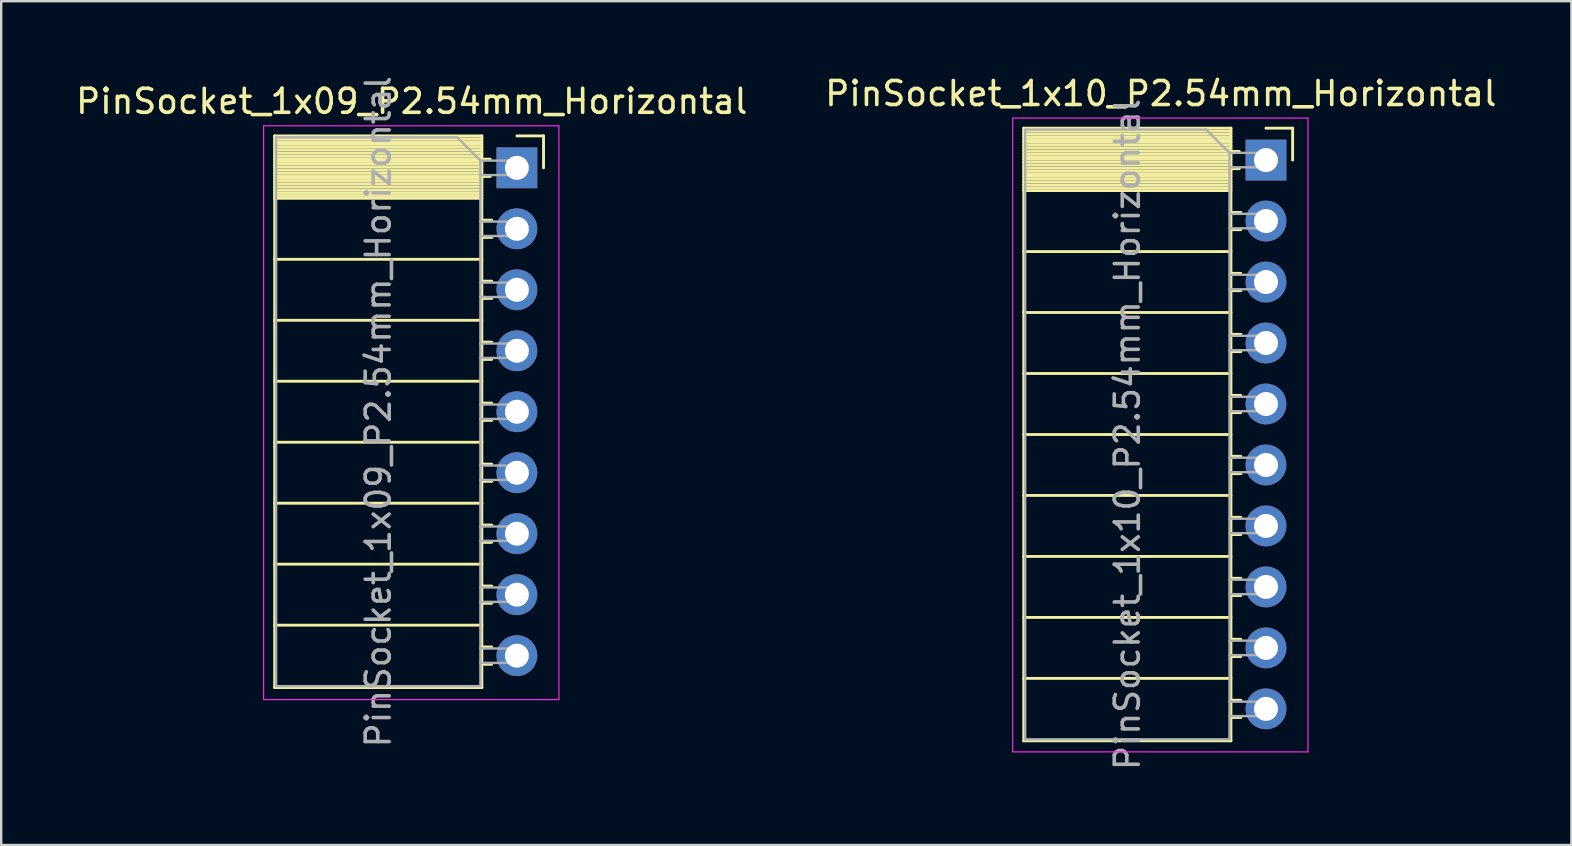
<source format=kicad_pcb>
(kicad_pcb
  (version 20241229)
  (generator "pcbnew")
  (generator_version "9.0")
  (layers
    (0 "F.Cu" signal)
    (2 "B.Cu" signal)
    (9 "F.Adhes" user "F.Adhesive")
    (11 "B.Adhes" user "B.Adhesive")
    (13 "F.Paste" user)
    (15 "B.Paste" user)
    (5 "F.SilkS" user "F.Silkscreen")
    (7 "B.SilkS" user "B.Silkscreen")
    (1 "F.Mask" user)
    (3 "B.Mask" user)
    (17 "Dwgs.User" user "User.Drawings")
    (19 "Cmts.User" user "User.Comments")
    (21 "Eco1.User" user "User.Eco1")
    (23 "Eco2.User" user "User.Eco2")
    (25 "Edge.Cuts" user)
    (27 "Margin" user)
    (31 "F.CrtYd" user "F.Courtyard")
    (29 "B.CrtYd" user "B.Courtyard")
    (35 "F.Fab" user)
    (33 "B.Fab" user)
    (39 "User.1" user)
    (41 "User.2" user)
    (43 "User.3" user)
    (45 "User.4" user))
  (footprint "PinSocket_1x09_P2.54mm_Horizontal"
    (layer "F.Cu")
    (at 18.481 3.941)
    (property "Reference" "PinSocket_1x09_P2.54mm_Horizontal" (at -4.38 -2.77 0) (layer "F.SilkS") (effects (font (size 1 1) (thickness 0.15))))
    (attr through_hole)
    (fp_line (start -10.09 -1.33) (end -10.09 21.65) (stroke (width 0.12) (type solid)) (layer "F.SilkS"))
    (fp_line (start -10.09 -1.33) (end -1.46 -1.33) (stroke (width 0.12) (type solid)) (layer "F.SilkS"))
    (fp_line (start -10.09 -1.21) (end -1.46 -1.21) (stroke (width 0.12) (type solid)) (layer "F.SilkS"))
    (fp_line (start -10.09 -1.092) (end -1.46 -1.092) (stroke (width 0.12) (type solid)) (layer "F.SilkS"))
    (fp_line (start -10.09 -0.974) (end -1.46 -0.974) (stroke (width 0.12) (type solid)) (layer "F.SilkS"))
    (fp_line (start -10.09 -0.856) (end -1.46 -0.856) (stroke (width 0.12) (type solid)) (layer "F.SilkS"))
    (fp_line (start -10.09 -0.738) (end -1.46 -0.738) (stroke (width 0.12) (type solid)) (layer "F.SilkS"))
    (fp_line (start -10.09 -0.62) (end -1.46 -0.62) (stroke (width 0.12) (type solid)) (layer "F.SilkS"))
    (fp_line (start -10.09 -0.501) (end -1.46 -0.501) (stroke (width 0.12) (type solid)) (layer "F.SilkS"))
    (fp_line (start -10.09 -0.383) (end -1.46 -0.383) (stroke (width 0.12) (type solid)) (layer "F.SilkS"))
    (fp_line (start -10.09 -0.265) (end -1.46 -0.265) (stroke (width 0.12) (type solid)) (layer "F.SilkS"))
    (fp_line (start -10.09 -0.147) (end -1.46 -0.147) (stroke (width 0.12) (type solid)) (layer "F.SilkS"))
    (fp_line (start -10.09 -0.029) (end -1.46 -0.029) (stroke (width 0.12) (type solid)) (layer "F.SilkS"))
    (fp_line (start -10.09 0.089) (end -1.46 0.089) (stroke (width 0.12) (type solid)) (layer "F.SilkS"))
    (fp_line (start -10.09 0.207) (end -1.46 0.207) (stroke (width 0.12) (type solid)) (layer "F.SilkS"))
    (fp_line (start -10.09 0.325) (end -1.46 0.325) (stroke (width 0.12) (type solid)) (layer "F.SilkS"))
    (fp_line (start -10.09 0.443) (end -1.46 0.443) (stroke (width 0.12) (type solid)) (layer "F.SilkS"))
    (fp_line (start -10.09 0.561) (end -1.46 0.561) (stroke (width 0.12) (type solid)) (layer "F.SilkS"))
    (fp_line (start -10.09 0.68) (end -1.46 0.68) (stroke (width 0.12) (type solid)) (layer "F.SilkS"))
    (fp_line (start -10.09 0.798) (end -1.46 0.798) (stroke (width 0.12) (type solid)) (layer "F.SilkS"))
    (fp_line (start -10.09 0.916) (end -1.46 0.916) (stroke (width 0.12) (type solid)) (layer "F.SilkS"))
    (fp_line (start -10.09 1.034) (end -1.46 1.034) (stroke (width 0.12) (type solid)) (layer "F.SilkS"))
    (fp_line (start -10.09 1.152) (end -1.46 1.152) (stroke (width 0.12) (type solid)) (layer "F.SilkS"))
    (fp_line (start -10.09 1.27) (end -1.46 1.27) (stroke (width 0.12) (type solid)) (layer "F.SilkS"))
    (fp_line (start -10.09 3.81) (end -1.46 3.81) (stroke (width 0.12) (type solid)) (layer "F.SilkS"))
    (fp_line (start -10.09 6.35) (end -1.46 6.35) (stroke (width 0.12) (type solid)) (layer "F.SilkS"))
    (fp_line (start -10.09 8.89) (end -1.46 8.89) (stroke (width 0.12) (type solid)) (layer "F.SilkS"))
    (fp_line (start -10.09 11.43) (end -1.46 11.43) (stroke (width 0.12) (type solid)) (layer "F.SilkS"))
    (fp_line (start -10.09 13.97) (end -1.46 13.97) (stroke (width 0.12) (type solid)) (layer "F.SilkS"))
    (fp_line (start -10.09 16.51) (end -1.46 16.51) (stroke (width 0.12) (type solid)) (layer "F.SilkS"))
    (fp_line (start -10.09 19.05) (end -1.46 19.05) (stroke (width 0.12) (type solid)) (layer "F.SilkS"))
    (fp_line (start -10.09 21.65) (end -1.46 21.65) (stroke (width 0.12) (type solid)) (layer "F.SilkS"))
    (fp_line (start -1.46 -1.33) (end -1.46 21.65) (stroke (width 0.12) (type solid)) (layer "F.SilkS"))
    (fp_line (start -1.46 -0.36) (end -1.11 -0.36) (stroke (width 0.12) (type solid)) (layer "F.SilkS"))
    (fp_line (start -1.46 0.36) (end -1.11 0.36) (stroke (width 0.12) (type solid)) (layer "F.SilkS"))
    (fp_line (start -1.46 2.18) (end -1.05 2.18) (stroke (width 0.12) (type solid)) (layer "F.SilkS"))
    (fp_line (start -1.46 2.9) (end -1.05 2.9) (stroke (width 0.12) (type solid)) (layer "F.SilkS"))
    (fp_line (start -1.46 4.72) (end -1.05 4.72) (stroke (width 0.12) (type solid)) (layer "F.SilkS"))
    (fp_line (start -1.46 5.44) (end -1.05 5.44) (stroke (width 0.12) (type solid)) (layer "F.SilkS"))
    (fp_line (start -1.46 7.26) (end -1.05 7.26) (stroke (width 0.12) (type solid)) (layer "F.SilkS"))
    (fp_line (start -1.46 7.98) (end -1.05 7.98) (stroke (width 0.12) (type solid)) (layer "F.SilkS"))
    (fp_line (start -1.46 9.8) (end -1.05 9.8) (stroke (width 0.12) (type solid)) (layer "F.SilkS"))
    (fp_line (start -1.46 10.52) (end -1.05 10.52) (stroke (width 0.12) (type solid)) (layer "F.SilkS"))
    (fp_line (start -1.46 12.34) (end -1.05 12.34) (stroke (width 0.12) (type solid)) (layer "F.SilkS"))
    (fp_line (start -1.46 13.06) (end -1.05 13.06) (stroke (width 0.12) (type solid)) (layer "F.SilkS"))
    (fp_line (start -1.46 14.88) (end -1.05 14.88) (stroke (width 0.12) (type solid)) (layer "F.SilkS"))
    (fp_line (start -1.46 15.6) (end -1.05 15.6) (stroke (width 0.12) (type solid)) (layer "F.SilkS"))
    (fp_line (start -1.46 17.42) (end -1.05 17.42) (stroke (width 0.12) (type solid)) (layer "F.SilkS"))
    (fp_line (start -1.46 18.14) (end -1.05 18.14) (stroke (width 0.12) (type solid)) (layer "F.SilkS"))
    (fp_line (start -1.46 19.96) (end -1.05 19.96) (stroke (width 0.12) (type solid)) (layer "F.SilkS"))
    (fp_line (start -1.46 20.68) (end -1.05 20.68) (stroke (width 0.12) (type solid)) (layer "F.SilkS"))
    (fp_line (start 0 -1.33) (end 1.11 -1.33) (stroke (width 0.12) (type solid)) (layer "F.SilkS"))
    (fp_line (start 1.11 -1.33) (end 1.11 0) (stroke (width 0.12) (type solid)) (layer "F.SilkS"))
    (fp_line (start -10.55 -1.75) (end -10.55 22.15) (stroke (width 0.05) (type solid)) (layer "F.CrtYd"))
    (fp_line (start -10.55 22.15) (end 1.75 22.15) (stroke (width 0.05) (type solid)) (layer "F.CrtYd"))
    (fp_line (start 1.75 -1.75) (end -10.55 -1.75) (stroke (width 0.05) (type solid)) (layer "F.CrtYd"))
    (fp_line (start 1.75 22.15) (end 1.75 -1.75) (stroke (width 0.05) (type solid)) (layer "F.CrtYd"))
    (fp_line (start -10.03 -1.27) (end -2.49 -1.27) (stroke (width 0.1) (type solid)) (layer "F.Fab"))
    (fp_line (start -10.03 21.59) (end -10.03 -1.27) (stroke (width 0.1) (type solid)) (layer "F.Fab"))
    (fp_line (start -2.49 -1.27) (end -1.52 -0.3) (stroke (width 0.1) (type solid)) (layer "F.Fab"))
    (fp_line (start -1.52 -0.3) (end -1.52 21.59) (stroke (width 0.1) (type solid)) (layer "F.Fab"))
    (fp_line (start -1.52 0.3) (end 0 0.3) (stroke (width 0.1) (type solid)) (layer "F.Fab"))
    (fp_line (start -1.52 2.84) (end 0 2.84) (stroke (width 0.1) (type solid)) (layer "F.Fab"))
    (fp_line (start -1.52 5.38) (end 0 5.38) (stroke (width 0.1) (type solid)) (layer "F.Fab"))
    (fp_line (start -1.52 7.92) (end 0 7.92) (stroke (width 0.1) (type solid)) (layer "F.Fab"))
    (fp_line (start -1.52 10.46) (end 0 10.46) (stroke (width 0.1) (type solid)) (layer "F.Fab"))
    (fp_line (start -1.52 13) (end 0 13) (stroke (width 0.1) (type solid)) (layer "F.Fab"))
    (fp_line (start -1.52 15.54) (end 0 15.54) (stroke (width 0.1) (type solid)) (layer "F.Fab"))
    (fp_line (start -1.52 18.08) (end 0 18.08) (stroke (width 0.1) (type solid)) (layer "F.Fab"))
    (fp_line (start -1.52 20.62) (end 0 20.62) (stroke (width 0.1) (type solid)) (layer "F.Fab"))
    (fp_line (start -1.52 21.59) (end -10.03 21.59) (stroke (width 0.1) (type solid)) (layer "F.Fab"))
    (fp_line (start 0 -0.3) (end -1.52 -0.3) (stroke (width 0.1) (type solid)) (layer "F.Fab"))
    (fp_line (start 0 0.3) (end 0 -0.3) (stroke (width 0.1) (type solid)) (layer "F.Fab"))
    (fp_line (start 0 2.24) (end -1.52 2.24) (stroke (width 0.1) (type solid)) (layer "F.Fab"))
    (fp_line (start 0 2.84) (end 0 2.24) (stroke (width 0.1) (type solid)) (layer "F.Fab"))
    (fp_line (start 0 4.78) (end -1.52 4.78) (stroke (width 0.1) (type solid)) (layer "F.Fab"))
    (fp_line (start 0 5.38) (end 0 4.78) (stroke (width 0.1) (type solid)) (layer "F.Fab"))
    (fp_line (start 0 7.32) (end -1.52 7.32) (stroke (width 0.1) (type solid)) (layer "F.Fab"))
    (fp_line (start 0 7.92) (end 0 7.32) (stroke (width 0.1) (type solid)) (layer "F.Fab"))
    (fp_line (start 0 9.86) (end -1.52 9.86) (stroke (width 0.1) (type solid)) (layer "F.Fab"))
    (fp_line (start 0 10.46) (end 0 9.86) (stroke (width 0.1) (type solid)) (layer "F.Fab"))
    (fp_line (start 0 12.4) (end -1.52 12.4) (stroke (width 0.1) (type solid)) (layer "F.Fab"))
    (fp_line (start 0 13) (end 0 12.4) (stroke (width 0.1) (type solid)) (layer "F.Fab"))
    (fp_line (start 0 14.94) (end -1.52 14.94) (stroke (width 0.1) (type solid)) (layer "F.Fab"))
    (fp_line (start 0 15.54) (end 0 14.94) (stroke (width 0.1) (type solid)) (layer "F.Fab"))
    (fp_line (start 0 17.48) (end -1.52 17.48) (stroke (width 0.1) (type solid)) (layer "F.Fab"))
    (fp_line (start 0 18.08) (end 0 17.48) (stroke (width 0.1) (type solid)) (layer "F.Fab"))
    (fp_line (start 0 20.02) (end -1.52 20.02) (stroke (width 0.1) (type solid)) (layer "F.Fab"))
    (fp_line (start 0 20.62) (end 0 20.02) (stroke (width 0.1) (type solid)) (layer "F.Fab"))
    (fp_text user "${REFERENCE}" (at -5.775 10.16 90) (layer "F.Fab") (effects (font (size 1 1) (thickness 0.15))))
    (pad "1" thru_hole rect (at 0 0) (size 1.7 1.7) (drill 1) (layers "*.Cu" "*.Mask"))
    (pad "2" thru_hole oval (at 0 2.54) (size 1.7 1.7) (drill 1) (layers "*.Cu" "*.Mask"))
    (pad "3" thru_hole oval (at 0 5.08) (size 1.7 1.7) (drill 1) (layers "*.Cu" "*.Mask"))
    (pad "4" thru_hole oval (at 0 7.62) (size 1.7 1.7) (drill 1) (layers "*.Cu" "*.Mask"))
    (pad "5" thru_hole oval (at 0 10.16) (size 1.7 1.7) (drill 1) (layers "*.Cu" "*.Mask"))
    (pad "6" thru_hole oval (at 0 12.7) (size 1.7 1.7) (drill 1) (layers "*.Cu" "*.Mask"))
    (pad "7" thru_hole oval (at 0 15.24) (size 1.7 1.7) (drill 1) (layers "*.Cu" "*.Mask"))
    (pad "8" thru_hole oval (at 0 17.78) (size 1.7 1.7) (drill 1) (layers "*.Cu" "*.Mask"))
    (pad "9" thru_hole oval (at 0 20.32) (size 1.7 1.7) (drill 1) (layers "*.Cu" "*.Mask")))
  (footprint "PinSocket_1x10_P2.54mm_Horizontal"
    (layer "F.Cu")
    (at 49.684 3.618)
    (property "Reference" "PinSocket_1x10_P2.54mm_Horizontal" (at -4.38 -2.77 0) (layer "F.SilkS") (effects (font (size 1 1) (thickness 0.15))))
    (attr through_hole)
    (fp_line (start -10.09 -1.33) (end -10.09 24.19) (stroke (width 0.12) (type solid)) (layer "F.SilkS"))
    (fp_line (start -10.09 -1.33) (end -1.46 -1.33) (stroke (width 0.12) (type solid)) (layer "F.SilkS"))
    (fp_line (start -10.09 -1.21) (end -1.46 -1.21) (stroke (width 0.12) (type solid)) (layer "F.SilkS"))
    (fp_line (start -10.09 -1.092) (end -1.46 -1.092) (stroke (width 0.12) (type solid)) (layer "F.SilkS"))
    (fp_line (start -10.09 -0.974) (end -1.46 -0.974) (stroke (width 0.12) (type solid)) (layer "F.SilkS"))
    (fp_line (start -10.09 -0.856) (end -1.46 -0.856) (stroke (width 0.12) (type solid)) (layer "F.SilkS"))
    (fp_line (start -10.09 -0.738) (end -1.46 -0.738) (stroke (width 0.12) (type solid)) (layer "F.SilkS"))
    (fp_line (start -10.09 -0.62) (end -1.46 -0.62) (stroke (width 0.12) (type solid)) (layer "F.SilkS"))
    (fp_line (start -10.09 -0.501) (end -1.46 -0.501) (stroke (width 0.12) (type solid)) (layer "F.SilkS"))
    (fp_line (start -10.09 -0.383) (end -1.46 -0.383) (stroke (width 0.12) (type solid)) (layer "F.SilkS"))
    (fp_line (start -10.09 -0.265) (end -1.46 -0.265) (stroke (width 0.12) (type solid)) (layer "F.SilkS"))
    (fp_line (start -10.09 -0.147) (end -1.46 -0.147) (stroke (width 0.12) (type solid)) (layer "F.SilkS"))
    (fp_line (start -10.09 -0.029) (end -1.46 -0.029) (stroke (width 0.12) (type solid)) (layer "F.SilkS"))
    (fp_line (start -10.09 0.089) (end -1.46 0.089) (stroke (width 0.12) (type solid)) (layer "F.SilkS"))
    (fp_line (start -10.09 0.207) (end -1.46 0.207) (stroke (width 0.12) (type solid)) (layer "F.SilkS"))
    (fp_line (start -10.09 0.325) (end -1.46 0.325) (stroke (width 0.12) (type solid)) (layer "F.SilkS"))
    (fp_line (start -10.09 0.443) (end -1.46 0.443) (stroke (width 0.12) (type solid)) (layer "F.SilkS"))
    (fp_line (start -10.09 0.561) (end -1.46 0.561) (stroke (width 0.12) (type solid)) (layer "F.SilkS"))
    (fp_line (start -10.09 0.68) (end -1.46 0.68) (stroke (width 0.12) (type solid)) (layer "F.SilkS"))
    (fp_line (start -10.09 0.798) (end -1.46 0.798) (stroke (width 0.12) (type solid)) (layer "F.SilkS"))
    (fp_line (start -10.09 0.916) (end -1.46 0.916) (stroke (width 0.12) (type solid)) (layer "F.SilkS"))
    (fp_line (start -10.09 1.034) (end -1.46 1.034) (stroke (width 0.12) (type solid)) (layer "F.SilkS"))
    (fp_line (start -10.09 1.152) (end -1.46 1.152) (stroke (width 0.12) (type solid)) (layer "F.SilkS"))
    (fp_line (start -10.09 1.27) (end -1.46 1.27) (stroke (width 0.12) (type solid)) (layer "F.SilkS"))
    (fp_line (start -10.09 3.81) (end -1.46 3.81) (stroke (width 0.12) (type solid)) (layer "F.SilkS"))
    (fp_line (start -10.09 6.35) (end -1.46 6.35) (stroke (width 0.12) (type solid)) (layer "F.SilkS"))
    (fp_line (start -10.09 8.89) (end -1.46 8.89) (stroke (width 0.12) (type solid)) (layer "F.SilkS"))
    (fp_line (start -10.09 11.43) (end -1.46 11.43) (stroke (width 0.12) (type solid)) (layer "F.SilkS"))
    (fp_line (start -10.09 13.97) (end -1.46 13.97) (stroke (width 0.12) (type solid)) (layer "F.SilkS"))
    (fp_line (start -10.09 16.51) (end -1.46 16.51) (stroke (width 0.12) (type solid)) (layer "F.SilkS"))
    (fp_line (start -10.09 19.05) (end -1.46 19.05) (stroke (width 0.12) (type solid)) (layer "F.SilkS"))
    (fp_line (start -10.09 21.59) (end -1.46 21.59) (stroke (width 0.12) (type solid)) (layer "F.SilkS"))
    (fp_line (start -10.09 24.19) (end -1.46 24.19) (stroke (width 0.12) (type solid)) (layer "F.SilkS"))
    (fp_line (start -1.46 -1.33) (end -1.46 24.19) (stroke (width 0.12) (type solid)) (layer "F.SilkS"))
    (fp_line (start -1.46 -0.36) (end -1.11 -0.36) (stroke (width 0.12) (type solid)) (layer "F.SilkS"))
    (fp_line (start -1.46 0.36) (end -1.11 0.36) (stroke (width 0.12) (type solid)) (layer "F.SilkS"))
    (fp_line (start -1.46 2.18) (end -1.05 2.18) (stroke (width 0.12) (type solid)) (layer "F.SilkS"))
    (fp_line (start -1.46 2.9) (end -1.05 2.9) (stroke (width 0.12) (type solid)) (layer "F.SilkS"))
    (fp_line (start -1.46 4.72) (end -1.05 4.72) (stroke (width 0.12) (type solid)) (layer "F.SilkS"))
    (fp_line (start -1.46 5.44) (end -1.05 5.44) (stroke (width 0.12) (type solid)) (layer "F.SilkS"))
    (fp_line (start -1.46 7.26) (end -1.05 7.26) (stroke (width 0.12) (type solid)) (layer "F.SilkS"))
    (fp_line (start -1.46 7.98) (end -1.05 7.98) (stroke (width 0.12) (type solid)) (layer "F.SilkS"))
    (fp_line (start -1.46 9.8) (end -1.05 9.8) (stroke (width 0.12) (type solid)) (layer "F.SilkS"))
    (fp_line (start -1.46 10.52) (end -1.05 10.52) (stroke (width 0.12) (type solid)) (layer "F.SilkS"))
    (fp_line (start -1.46 12.34) (end -1.05 12.34) (stroke (width 0.12) (type solid)) (layer "F.SilkS"))
    (fp_line (start -1.46 13.06) (end -1.05 13.06) (stroke (width 0.12) (type solid)) (layer "F.SilkS"))
    (fp_line (start -1.46 14.88) (end -1.05 14.88) (stroke (width 0.12) (type solid)) (layer "F.SilkS"))
    (fp_line (start -1.46 15.6) (end -1.05 15.6) (stroke (width 0.12) (type solid)) (layer "F.SilkS"))
    (fp_line (start -1.46 17.42) (end -1.05 17.42) (stroke (width 0.12) (type solid)) (layer "F.SilkS"))
    (fp_line (start -1.46 18.14) (end -1.05 18.14) (stroke (width 0.12) (type solid)) (layer "F.SilkS"))
    (fp_line (start -1.46 19.96) (end -1.05 19.96) (stroke (width 0.12) (type solid)) (layer "F.SilkS"))
    (fp_line (start -1.46 20.68) (end -1.05 20.68) (stroke (width 0.12) (type solid)) (layer "F.SilkS"))
    (fp_line (start -1.46 22.5) (end -1.05 22.5) (stroke (width 0.12) (type solid)) (layer "F.SilkS"))
    (fp_line (start -1.46 23.22) (end -1.05 23.22) (stroke (width 0.12) (type solid)) (layer "F.SilkS"))
    (fp_line (start 0 -1.33) (end 1.11 -1.33) (stroke (width 0.12) (type solid)) (layer "F.SilkS"))
    (fp_line (start 1.11 -1.33) (end 1.11 0) (stroke (width 0.12) (type solid)) (layer "F.SilkS"))
    (fp_line (start -10.55 -1.75) (end -10.55 24.65) (stroke (width 0.05) (type solid)) (layer "F.CrtYd"))
    (fp_line (start -10.55 24.65) (end 1.75 24.65) (stroke (width 0.05) (type solid)) (layer "F.CrtYd"))
    (fp_line (start 1.75 -1.75) (end -10.55 -1.75) (stroke (width 0.05) (type solid)) (layer "F.CrtYd"))
    (fp_line (start 1.75 24.65) (end 1.75 -1.75) (stroke (width 0.05) (type solid)) (layer "F.CrtYd"))
    (fp_line (start -10.03 -1.27) (end -2.49 -1.27) (stroke (width 0.1) (type solid)) (layer "F.Fab"))
    (fp_line (start -10.03 24.13) (end -10.03 -1.27) (stroke (width 0.1) (type solid)) (layer "F.Fab"))
    (fp_line (start -2.49 -1.27) (end -1.52 -0.3) (stroke (width 0.1) (type solid)) (layer "F.Fab"))
    (fp_line (start -1.52 -0.3) (end -1.52 24.13) (stroke (width 0.1) (type solid)) (layer "F.Fab"))
    (fp_line (start -1.52 0.3) (end 0 0.3) (stroke (width 0.1) (type solid)) (layer "F.Fab"))
    (fp_line (start -1.52 2.84) (end 0 2.84) (stroke (width 0.1) (type solid)) (layer "F.Fab"))
    (fp_line (start -1.52 5.38) (end 0 5.38) (stroke (width 0.1) (type solid)) (layer "F.Fab"))
    (fp_line (start -1.52 7.92) (end 0 7.92) (stroke (width 0.1) (type solid)) (layer "F.Fab"))
    (fp_line (start -1.52 10.46) (end 0 10.46) (stroke (width 0.1) (type solid)) (layer "F.Fab"))
    (fp_line (start -1.52 13) (end 0 13) (stroke (width 0.1) (type solid)) (layer "F.Fab"))
    (fp_line (start -1.52 15.54) (end 0 15.54) (stroke (width 0.1) (type solid)) (layer "F.Fab"))
    (fp_line (start -1.52 18.08) (end 0 18.08) (stroke (width 0.1) (type solid)) (layer "F.Fab"))
    (fp_line (start -1.52 20.62) (end 0 20.62) (stroke (width 0.1) (type solid)) (layer "F.Fab"))
    (fp_line (start -1.52 23.16) (end 0 23.16) (stroke (width 0.1) (type solid)) (layer "F.Fab"))
    (fp_line (start -1.52 24.13) (end -10.03 24.13) (stroke (width 0.1) (type solid)) (layer "F.Fab"))
    (fp_line (start 0 -0.3) (end -1.52 -0.3) (stroke (width 0.1) (type solid)) (layer "F.Fab"))
    (fp_line (start 0 0.3) (end 0 -0.3) (stroke (width 0.1) (type solid)) (layer "F.Fab"))
    (fp_line (start 0 2.24) (end -1.52 2.24) (stroke (width 0.1) (type solid)) (layer "F.Fab"))
    (fp_line (start 0 2.84) (end 0 2.24) (stroke (width 0.1) (type solid)) (layer "F.Fab"))
    (fp_line (start 0 4.78) (end -1.52 4.78) (stroke (width 0.1) (type solid)) (layer "F.Fab"))
    (fp_line (start 0 5.38) (end 0 4.78) (stroke (width 0.1) (type solid)) (layer "F.Fab"))
    (fp_line (start 0 7.32) (end -1.52 7.32) (stroke (width 0.1) (type solid)) (layer "F.Fab"))
    (fp_line (start 0 7.92) (end 0 7.32) (stroke (width 0.1) (type solid)) (layer "F.Fab"))
    (fp_line (start 0 9.86) (end -1.52 9.86) (stroke (width 0.1) (type solid)) (layer "F.Fab"))
    (fp_line (start 0 10.46) (end 0 9.86) (stroke (width 0.1) (type solid)) (layer "F.Fab"))
    (fp_line (start 0 12.4) (end -1.52 12.4) (stroke (width 0.1) (type solid)) (layer "F.Fab"))
    (fp_line (start 0 13) (end 0 12.4) (stroke (width 0.1) (type solid)) (layer "F.Fab"))
    (fp_line (start 0 14.94) (end -1.52 14.94) (stroke (width 0.1) (type solid)) (layer "F.Fab"))
    (fp_line (start 0 15.54) (end 0 14.94) (stroke (width 0.1) (type solid)) (layer "F.Fab"))
    (fp_line (start 0 17.48) (end -1.52 17.48) (stroke (width 0.1) (type solid)) (layer "F.Fab"))
    (fp_line (start 0 18.08) (end 0 17.48) (stroke (width 0.1) (type solid)) (layer "F.Fab"))
    (fp_line (start 0 20.02) (end -1.52 20.02) (stroke (width 0.1) (type solid)) (layer "F.Fab"))
    (fp_line (start 0 20.62) (end 0 20.02) (stroke (width 0.1) (type solid)) (layer "F.Fab"))
    (fp_line (start 0 22.56) (end -1.52 22.56) (stroke (width 0.1) (type solid)) (layer "F.Fab"))
    (fp_line (start 0 23.16) (end 0 22.56) (stroke (width 0.1) (type solid)) (layer "F.Fab"))
    (fp_text user "${REFERENCE}" (at -5.775 11.43 90) (layer "F.Fab") (effects (font (size 1 1) (thickness 0.15))))
    (pad "1" thru_hole rect (at 0 0) (size 1.7 1.7) (drill 1) (layers "*.Cu" "*.Mask"))
    (pad "2" thru_hole oval (at 0 2.54) (size 1.7 1.7) (drill 1) (layers "*.Cu" "*.Mask"))
    (pad "3" thru_hole oval (at 0 5.08) (size 1.7 1.7) (drill 1) (layers "*.Cu" "*.Mask"))
    (pad "4" thru_hole oval (at 0 7.62) (size 1.7 1.7) (drill 1) (layers "*.Cu" "*.Mask"))
    (pad "5" thru_hole oval (at 0 10.16) (size 1.7 1.7) (drill 1) (layers "*.Cu" "*.Mask"))
    (pad "6" thru_hole oval (at 0 12.7) (size 1.7 1.7) (drill 1) (layers "*.Cu" "*.Mask"))
    (pad "7" thru_hole oval (at 0 15.24) (size 1.7 1.7) (drill 1) (layers "*.Cu" "*.Mask"))
    (pad "8" thru_hole oval (at 0 17.78) (size 1.7 1.7) (drill 1) (layers "*.Cu" "*.Mask"))
    (pad "9" thru_hole oval (at 0 20.32) (size 1.7 1.7) (drill 1) (layers "*.Cu" "*.Mask"))
    (pad "10" thru_hole oval (at 0 22.86) (size 1.7 1.7) (drill 1) (layers "*.Cu" "*.Mask")))
  (gr_rect
    (start -3 -3)
    (end 62.405 32.149)
    (stroke (width 0.1) (type default))
    (fill no)
    (layer "Edge.Cuts")))
</source>
